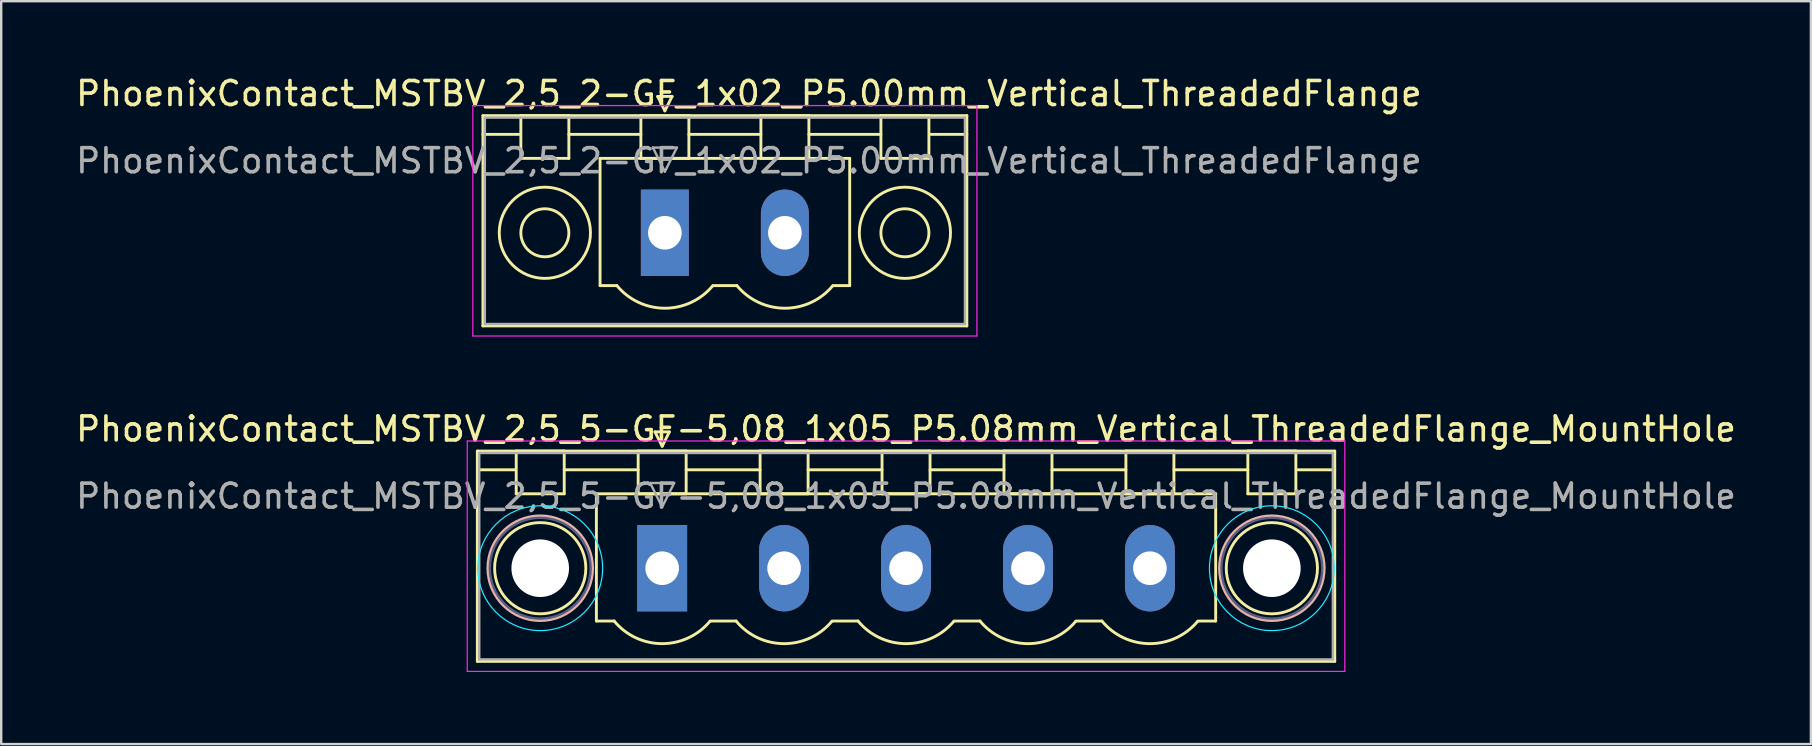
<source format=kicad_pcb>
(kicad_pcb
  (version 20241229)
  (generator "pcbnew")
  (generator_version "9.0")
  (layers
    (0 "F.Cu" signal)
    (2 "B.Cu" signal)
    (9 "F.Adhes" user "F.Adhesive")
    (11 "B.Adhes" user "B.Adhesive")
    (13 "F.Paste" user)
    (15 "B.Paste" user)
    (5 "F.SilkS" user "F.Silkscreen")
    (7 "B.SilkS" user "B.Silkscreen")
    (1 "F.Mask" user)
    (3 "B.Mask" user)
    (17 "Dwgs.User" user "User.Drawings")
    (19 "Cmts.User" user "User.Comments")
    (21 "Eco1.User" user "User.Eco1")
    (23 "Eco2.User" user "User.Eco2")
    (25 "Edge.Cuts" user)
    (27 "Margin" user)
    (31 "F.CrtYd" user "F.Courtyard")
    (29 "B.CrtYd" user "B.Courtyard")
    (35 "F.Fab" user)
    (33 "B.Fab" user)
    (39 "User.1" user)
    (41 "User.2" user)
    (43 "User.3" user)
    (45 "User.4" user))
  (footprint "PhoenixContact_MSTBV_2,5_2-GF_1x02_P5.00mm_Vertical_ThreadedFlange"
    (layer "F.Cu")
    (at 24.649 6.648)
    (property "Reference" "PhoenixContact_MSTBV_2,5_2-GF_1x02_P5.00mm_Vertical_ThreadedFlange" (at 3.5 -5.8 0) (layer "F.SilkS") (effects (font (size 1 1) (thickness 0.15))))
    (attr through_hole)
    (fp_line (start -7.58 -4.88) (end -7.58 3.88) (stroke (width 0.12) (type solid)) (layer "F.SilkS"))
    (fp_line (start -7.58 -4.1) (end -6.08 -4.1) (stroke (width 0.12) (type solid)) (layer "F.SilkS"))
    (fp_line (start -7.58 3.88) (end 12.58 3.88) (stroke (width 0.12) (type solid)) (layer "F.SilkS"))
    (fp_line (start -6 -4.88) (end -4 -4.88) (stroke (width 0.12) (type solid)) (layer "F.SilkS"))
    (fp_line (start -6 -3.1) (end -6 -4.88) (stroke (width 0.12) (type solid)) (layer "F.SilkS"))
    (fp_line (start -4 -4.88) (end -4 -3.1) (stroke (width 0.12) (type solid)) (layer "F.SilkS"))
    (fp_line (start -4 -4.1) (end -1 -4.1) (stroke (width 0.12) (type solid)) (layer "F.SilkS"))
    (fp_line (start -4 -3.1) (end -6 -3.1) (stroke (width 0.12) (type solid)) (layer "F.SilkS"))
    (fp_line (start -2.7 -3.1) (end 7.7 -3.1) (stroke (width 0.12) (type solid)) (layer "F.SilkS"))
    (fp_line (start -2.7 2.2) (end -2.7 -3.1) (stroke (width 0.12) (type solid)) (layer "F.SilkS"))
    (fp_line (start -2 2.2) (end -2.7 2.2) (stroke (width 0.12) (type solid)) (layer "F.SilkS"))
    (fp_line (start -1 -4.88) (end 1 -4.88) (stroke (width 0.12) (type solid)) (layer "F.SilkS"))
    (fp_line (start -1 -3.1) (end -1 -4.88) (stroke (width 0.12) (type solid)) (layer "F.SilkS"))
    (fp_line (start -0.3 -5.68) (end 0.3 -5.68) (stroke (width 0.12) (type solid)) (layer "F.SilkS"))
    (fp_line (start 0 -5.08) (end -0.3 -5.68) (stroke (width 0.12) (type solid)) (layer "F.SilkS"))
    (fp_line (start 0.3 -5.68) (end 0 -5.08) (stroke (width 0.12) (type solid)) (layer "F.SilkS"))
    (fp_line (start 1 -4.88) (end 1 -3.1) (stroke (width 0.12) (type solid)) (layer "F.SilkS"))
    (fp_line (start 1 -4.1) (end 4 -4.1) (stroke (width 0.12) (type solid)) (layer "F.SilkS"))
    (fp_line (start 1 -3.1) (end -1 -3.1) (stroke (width 0.12) (type solid)) (layer "F.SilkS"))
    (fp_line (start 2 2.2) (end 3 2.2) (stroke (width 0.12) (type solid)) (layer "F.SilkS"))
    (fp_line (start 4 -4.88) (end 6 -4.88) (stroke (width 0.12) (type solid)) (layer "F.SilkS"))
    (fp_line (start 4 -3.1) (end 4 -4.88) (stroke (width 0.12) (type solid)) (layer "F.SilkS"))
    (fp_line (start 6 -4.88) (end 6 -3.1) (stroke (width 0.12) (type solid)) (layer "F.SilkS"))
    (fp_line (start 6 -4.1) (end 9 -4.1) (stroke (width 0.12) (type solid)) (layer "F.SilkS"))
    (fp_line (start 6 -3.1) (end 4 -3.1) (stroke (width 0.12) (type solid)) (layer "F.SilkS"))
    (fp_line (start 7.7 -3.1) (end 7.7 2.2) (stroke (width 0.12) (type solid)) (layer "F.SilkS"))
    (fp_line (start 7.7 2.2) (end 7 2.2) (stroke (width 0.12) (type solid)) (layer "F.SilkS"))
    (fp_line (start 9 -4.88) (end 11 -4.88) (stroke (width 0.12) (type solid)) (layer "F.SilkS"))
    (fp_line (start 9 -3.1) (end 9 -4.88) (stroke (width 0.12) (type solid)) (layer "F.SilkS"))
    (fp_line (start 11 -4.88) (end 11 -3.1) (stroke (width 0.12) (type solid)) (layer "F.SilkS"))
    (fp_line (start 11 -3.1) (end 9 -3.1) (stroke (width 0.12) (type solid)) (layer "F.SilkS"))
    (fp_line (start 12.58 -4.88) (end -7.58 -4.88) (stroke (width 0.12) (type solid)) (layer "F.SilkS"))
    (fp_line (start 12.58 -4.1) (end 11.08 -4.1) (stroke (width 0.12) (type solid)) (layer "F.SilkS"))
    (fp_line (start 12.58 3.88) (end 12.58 -4.88) (stroke (width 0.12) (type solid)) (layer "F.SilkS"))
    (fp_arc (start 1.986842 2.215821) (mid -0.010289 3.142758) (end -2 2.2) (stroke (width 0.12) (type solid)) (layer "F.SilkS"))
    (fp_arc (start 6.986842 2.215821) (mid 4.989711 3.142758) (end 3 2.2) (stroke (width 0.12) (type solid)) (layer "F.SilkS"))
    (fp_circle (center -5 0) (end -4 0) (stroke (width 0.12) (type solid)) (fill no) (layer "F.SilkS"))
    (fp_circle (center -5 0) (end -3.1 0) (stroke (width 0.12) (type solid)) (fill no) (layer "F.SilkS"))
    (fp_circle (center 10 0) (end 11 0) (stroke (width 0.12) (type solid)) (fill no) (layer "F.SilkS"))
    (fp_circle (center 10 0) (end 11.9 0) (stroke (width 0.12) (type solid)) (fill no) (layer "F.SilkS"))
    (fp_line (start -8 -5.3) (end -8 4.3) (stroke (width 0.05) (type solid)) (layer "F.CrtYd"))
    (fp_line (start -8 4.3) (end 13 4.3) (stroke (width 0.05) (type solid)) (layer "F.CrtYd"))
    (fp_line (start 13 -5.3) (end -8 -5.3) (stroke (width 0.05) (type solid)) (layer "F.CrtYd"))
    (fp_line (start 13 4.3) (end 13 -5.3) (stroke (width 0.05) (type solid)) (layer "F.CrtYd"))
    (fp_line (start -7.5 -4.8) (end -7.5 3.8) (stroke (width 0.1) (type solid)) (layer "F.Fab"))
    (fp_line (start -7.5 3.8) (end 12.5 3.8) (stroke (width 0.1) (type solid)) (layer "F.Fab"))
    (fp_line (start -0.5 -3.55) (end 0.5 -3.55) (stroke (width 0.1) (type solid)) (layer "F.Fab"))
    (fp_line (start 0 -2.55) (end -0.5 -3.55) (stroke (width 0.1) (type solid)) (layer "F.Fab"))
    (fp_line (start 0.5 -3.55) (end 0 -2.55) (stroke (width 0.1) (type solid)) (layer "F.Fab"))
    (fp_line (start 12.5 -4.8) (end -7.5 -4.8) (stroke (width 0.1) (type solid)) (layer "F.Fab"))
    (fp_line (start 12.5 3.8) (end 12.5 -4.8) (stroke (width 0.1) (type solid)) (layer "F.Fab"))
    (fp_text user "${REFERENCE}" (at 3.5 -3 0) (layer "F.Fab") (effects (font (size 1 1) (thickness 0.15))))
    (pad "1" thru_hole rect (at 0 0) (size 2 3.6) (drill 1.4) (layers "*.Cu" "*.Mask"))
    (pad "2" thru_hole oval (at 5 0) (size 2 3.6) (drill 1.4) (layers "*.Cu" "*.Mask")))
  (footprint "PhoenixContact_MSTBV_2,5_5-GF-5,08_1x05_P5.08mm_Vertical_ThreadedFlange_MountHole"
    (layer "F.Cu")
    (at 24.536 20.622)
    (property "Reference" "PhoenixContact_MSTBV_2,5_5-GF-5,08_1x05_P5.08mm_Vertical_ThreadedFlange_MountHole" (at 10.16 -5.8 0) (layer "F.SilkS") (effects (font (size 1 1) (thickness 0.15))))
    (attr through_hole)
    (fp_line (start -7.7 -4.88) (end -7.7 3.88) (stroke (width 0.12) (type solid)) (layer "F.SilkS"))
    (fp_line (start -7.7 -4.1) (end -6.16 -4.1) (stroke (width 0.12) (type solid)) (layer "F.SilkS"))
    (fp_line (start -7.7 3.88) (end 28.02 3.88) (stroke (width 0.12) (type solid)) (layer "F.SilkS"))
    (fp_line (start -6.08 -4.88) (end -4.08 -4.88) (stroke (width 0.12) (type solid)) (layer "F.SilkS"))
    (fp_line (start -6.08 -3.1) (end -6.08 -4.88) (stroke (width 0.12) (type solid)) (layer "F.SilkS"))
    (fp_line (start -4.08 -4.88) (end -4.08 -3.1) (stroke (width 0.12) (type solid)) (layer "F.SilkS"))
    (fp_line (start -4.08 -4.1) (end -1 -4.1) (stroke (width 0.12) (type solid)) (layer "F.SilkS"))
    (fp_line (start -4.08 -3.1) (end -6.08 -3.1) (stroke (width 0.12) (type solid)) (layer "F.SilkS"))
    (fp_line (start -2.74 -3.1) (end 23.06 -3.1) (stroke (width 0.12) (type solid)) (layer "F.SilkS"))
    (fp_line (start -2.74 2.2) (end -2.74 -3.1) (stroke (width 0.12) (type solid)) (layer "F.SilkS"))
    (fp_line (start -2 2.2) (end -2.74 2.2) (stroke (width 0.12) (type solid)) (layer "F.SilkS"))
    (fp_line (start -1 -4.88) (end 1 -4.88) (stroke (width 0.12) (type solid)) (layer "F.SilkS"))
    (fp_line (start -1 -3.1) (end -1 -4.88) (stroke (width 0.12) (type solid)) (layer "F.SilkS"))
    (fp_line (start -0.3 -5.68) (end 0.3 -5.68) (stroke (width 0.12) (type solid)) (layer "F.SilkS"))
    (fp_line (start 0 -5.08) (end -0.3 -5.68) (stroke (width 0.12) (type solid)) (layer "F.SilkS"))
    (fp_line (start 0.3 -5.68) (end 0 -5.08) (stroke (width 0.12) (type solid)) (layer "F.SilkS"))
    (fp_line (start 1 -4.88) (end 1 -3.1) (stroke (width 0.12) (type solid)) (layer "F.SilkS"))
    (fp_line (start 1 -4.1) (end 4.08 -4.1) (stroke (width 0.12) (type solid)) (layer "F.SilkS"))
    (fp_line (start 1 -3.1) (end -1 -3.1) (stroke (width 0.12) (type solid)) (layer "F.SilkS"))
    (fp_line (start 2 2.2) (end 3.08 2.2) (stroke (width 0.12) (type solid)) (layer "F.SilkS"))
    (fp_line (start 4.08 -4.88) (end 6.08 -4.88) (stroke (width 0.12) (type solid)) (layer "F.SilkS"))
    (fp_line (start 4.08 -3.1) (end 4.08 -4.88) (stroke (width 0.12) (type solid)) (layer "F.SilkS"))
    (fp_line (start 6.08 -4.88) (end 6.08 -3.1) (stroke (width 0.12) (type solid)) (layer "F.SilkS"))
    (fp_line (start 6.08 -4.1) (end 9.16 -4.1) (stroke (width 0.12) (type solid)) (layer "F.SilkS"))
    (fp_line (start 6.08 -3.1) (end 4.08 -3.1) (stroke (width 0.12) (type solid)) (layer "F.SilkS"))
    (fp_line (start 7.08 2.2) (end 8.16 2.2) (stroke (width 0.12) (type solid)) (layer "F.SilkS"))
    (fp_line (start 9.16 -4.88) (end 11.16 -4.88) (stroke (width 0.12) (type solid)) (layer "F.SilkS"))
    (fp_line (start 9.16 -3.1) (end 9.16 -4.88) (stroke (width 0.12) (type solid)) (layer "F.SilkS"))
    (fp_line (start 11.16 -4.88) (end 11.16 -3.1) (stroke (width 0.12) (type solid)) (layer "F.SilkS"))
    (fp_line (start 11.16 -4.1) (end 14.24 -4.1) (stroke (width 0.12) (type solid)) (layer "F.SilkS"))
    (fp_line (start 11.16 -3.1) (end 9.16 -3.1) (stroke (width 0.12) (type solid)) (layer "F.SilkS"))
    (fp_line (start 12.16 2.2) (end 13.24 2.2) (stroke (width 0.12) (type solid)) (layer "F.SilkS"))
    (fp_line (start 14.24 -4.88) (end 16.24 -4.88) (stroke (width 0.12) (type solid)) (layer "F.SilkS"))
    (fp_line (start 14.24 -3.1) (end 14.24 -4.88) (stroke (width 0.12) (type solid)) (layer "F.SilkS"))
    (fp_line (start 16.24 -4.88) (end 16.24 -3.1) (stroke (width 0.12) (type solid)) (layer "F.SilkS"))
    (fp_line (start 16.24 -4.1) (end 19.32 -4.1) (stroke (width 0.12) (type solid)) (layer "F.SilkS"))
    (fp_line (start 16.24 -3.1) (end 14.24 -3.1) (stroke (width 0.12) (type solid)) (layer "F.SilkS"))
    (fp_line (start 17.24 2.2) (end 18.32 2.2) (stroke (width 0.12) (type solid)) (layer "F.SilkS"))
    (fp_line (start 19.32 -4.88) (end 21.32 -4.88) (stroke (width 0.12) (type solid)) (layer "F.SilkS"))
    (fp_line (start 19.32 -3.1) (end 19.32 -4.88) (stroke (width 0.12) (type solid)) (layer "F.SilkS"))
    (fp_line (start 21.32 -4.88) (end 21.32 -3.1) (stroke (width 0.12) (type solid)) (layer "F.SilkS"))
    (fp_line (start 21.32 -4.1) (end 24.4 -4.1) (stroke (width 0.12) (type solid)) (layer "F.SilkS"))
    (fp_line (start 21.32 -3.1) (end 19.32 -3.1) (stroke (width 0.12) (type solid)) (layer "F.SilkS"))
    (fp_line (start 23.06 -3.1) (end 23.06 2.2) (stroke (width 0.12) (type solid)) (layer "F.SilkS"))
    (fp_line (start 23.06 2.2) (end 22.32 2.2) (stroke (width 0.12) (type solid)) (layer "F.SilkS"))
    (fp_line (start 24.4 -4.88) (end 26.4 -4.88) (stroke (width 0.12) (type solid)) (layer "F.SilkS"))
    (fp_line (start 24.4 -3.1) (end 24.4 -4.88) (stroke (width 0.12) (type solid)) (layer "F.SilkS"))
    (fp_line (start 26.4 -4.88) (end 26.4 -3.1) (stroke (width 0.12) (type solid)) (layer "F.SilkS"))
    (fp_line (start 26.4 -3.1) (end 24.4 -3.1) (stroke (width 0.12) (type solid)) (layer "F.SilkS"))
    (fp_line (start 28.02 -4.88) (end -7.7 -4.88) (stroke (width 0.12) (type solid)) (layer "F.SilkS"))
    (fp_line (start 28.02 -4.1) (end 26.48 -4.1) (stroke (width 0.12) (type solid)) (layer "F.SilkS"))
    (fp_line (start 28.02 3.88) (end 28.02 -4.88) (stroke (width 0.12) (type solid)) (layer "F.SilkS"))
    (fp_arc (start 1.986842 2.215821) (mid -0.010289 3.142758) (end -2 2.2) (stroke (width 0.12) (type solid)) (layer "F.SilkS"))
    (fp_arc (start 7.066842 2.215821) (mid 5.069711 3.142758) (end 3.08 2.2) (stroke (width 0.12) (type solid)) (layer "F.SilkS"))
    (fp_arc (start 12.146842 2.215821) (mid 10.149711 3.142758) (end 8.16 2.2) (stroke (width 0.12) (type solid)) (layer "F.SilkS"))
    (fp_arc (start 17.226842 2.215821) (mid 15.229711 3.142758) (end 13.24 2.2) (stroke (width 0.12) (type solid)) (layer "F.SilkS"))
    (fp_arc (start 22.306842 2.215821) (mid 20.309711 3.142758) (end 18.32 2.2) (stroke (width 0.12) (type solid)) (layer "F.SilkS"))
    (fp_circle (center -5.08 0) (end -3.18 0) (stroke (width 0.12) (type solid)) (fill no) (layer "F.SilkS"))
    (fp_circle (center 25.4 0) (end 27.3 0) (stroke (width 0.12) (type solid)) (fill no) (layer "F.SilkS"))
    (fp_circle (center -5.08 0) (end -2.9 0) (stroke (width 0.12) (type solid)) (fill no) (layer "B.SilkS"))
    (fp_circle (center 25.4 0) (end 27.58 0) (stroke (width 0.12) (type solid)) (fill no) (layer "B.SilkS"))
    (fp_circle (center -5.08 0) (end -2.48 0) (stroke (width 0.05) (type solid)) (fill no) (layer "B.CrtYd"))
    (fp_circle (center 25.4 0) (end 28 0) (stroke (width 0.05) (type solid)) (fill no) (layer "B.CrtYd"))
    (fp_line (start -8.12 -5.3) (end -8.12 4.3) (stroke (width 0.05) (type solid)) (layer "F.CrtYd"))
    (fp_line (start -8.12 4.3) (end 28.44 4.3) (stroke (width 0.05) (type solid)) (layer "F.CrtYd"))
    (fp_line (start 28.44 -5.3) (end -8.12 -5.3) (stroke (width 0.05) (type solid)) (layer "F.CrtYd"))
    (fp_line (start 28.44 4.3) (end 28.44 -5.3) (stroke (width 0.05) (type solid)) (layer "F.CrtYd"))
    (fp_circle (center -5.08 0) (end -2.98 0) (stroke (width 0.1) (type solid)) (fill no) (layer "B.Fab"))
    (fp_circle (center 25.4 0) (end 27.5 0) (stroke (width 0.1) (type solid)) (fill no) (layer "B.Fab"))
    (fp_line (start -7.62 -4.8) (end -7.62 3.8) (stroke (width 0.1) (type solid)) (layer "F.Fab"))
    (fp_line (start -7.62 3.8) (end 27.94 3.8) (stroke (width 0.1) (type solid)) (layer "F.Fab"))
    (fp_line (start -0.5 -3.55) (end 0.5 -3.55) (stroke (width 0.1) (type solid)) (layer "F.Fab"))
    (fp_line (start 0 -2.55) (end -0.5 -3.55) (stroke (width 0.1) (type solid)) (layer "F.Fab"))
    (fp_line (start 0.5 -3.55) (end 0 -2.55) (stroke (width 0.1) (type solid)) (layer "F.Fab"))
    (fp_line (start 27.94 -4.8) (end -7.62 -4.8) (stroke (width 0.1) (type solid)) (layer "F.Fab"))
    (fp_line (start 27.94 3.8) (end 27.94 -4.8) (stroke (width 0.1) (type solid)) (layer "F.Fab"))
    (fp_text user "${REFERENCE}" (at 10.16 -3 0) (layer "F.Fab") (effects (font (size 1 1) (thickness 0.15))))
    (pad "" np_thru_hole circle (at -5.08 0) (size 2.4 2.4) (drill 2.4) (layers "*.Cu" "*.Mask"))
    (pad "" np_thru_hole circle (at 25.4 0) (size 2.4 2.4) (drill 2.4) (layers "*.Cu" "*.Mask"))
    (pad "1" thru_hole rect (at 0 0) (size 2.08 3.6) (drill 1.4) (layers "*.Cu" "*.Mask"))
    (pad "2" thru_hole oval (at 5.08 0) (size 2.08 3.6) (drill 1.4) (layers "*.Cu" "*.Mask"))
    (pad "3" thru_hole oval (at 10.16 0) (size 2.08 3.6) (drill 1.4) (layers "*.Cu" "*.Mask"))
    (pad "4" thru_hole oval (at 15.24 0) (size 2.08 3.6) (drill 1.4) (layers "*.Cu" "*.Mask"))
    (pad "5" thru_hole oval (at 20.32 0) (size 2.08 3.6) (drill 1.4) (layers "*.Cu" "*.Mask")))
  (gr_rect
    (start -3 -3)
    (end 72.393 27.947)
    (stroke (width 0.1) (type default))
    (fill no)
    (layer "Edge.Cuts")))
</source>
